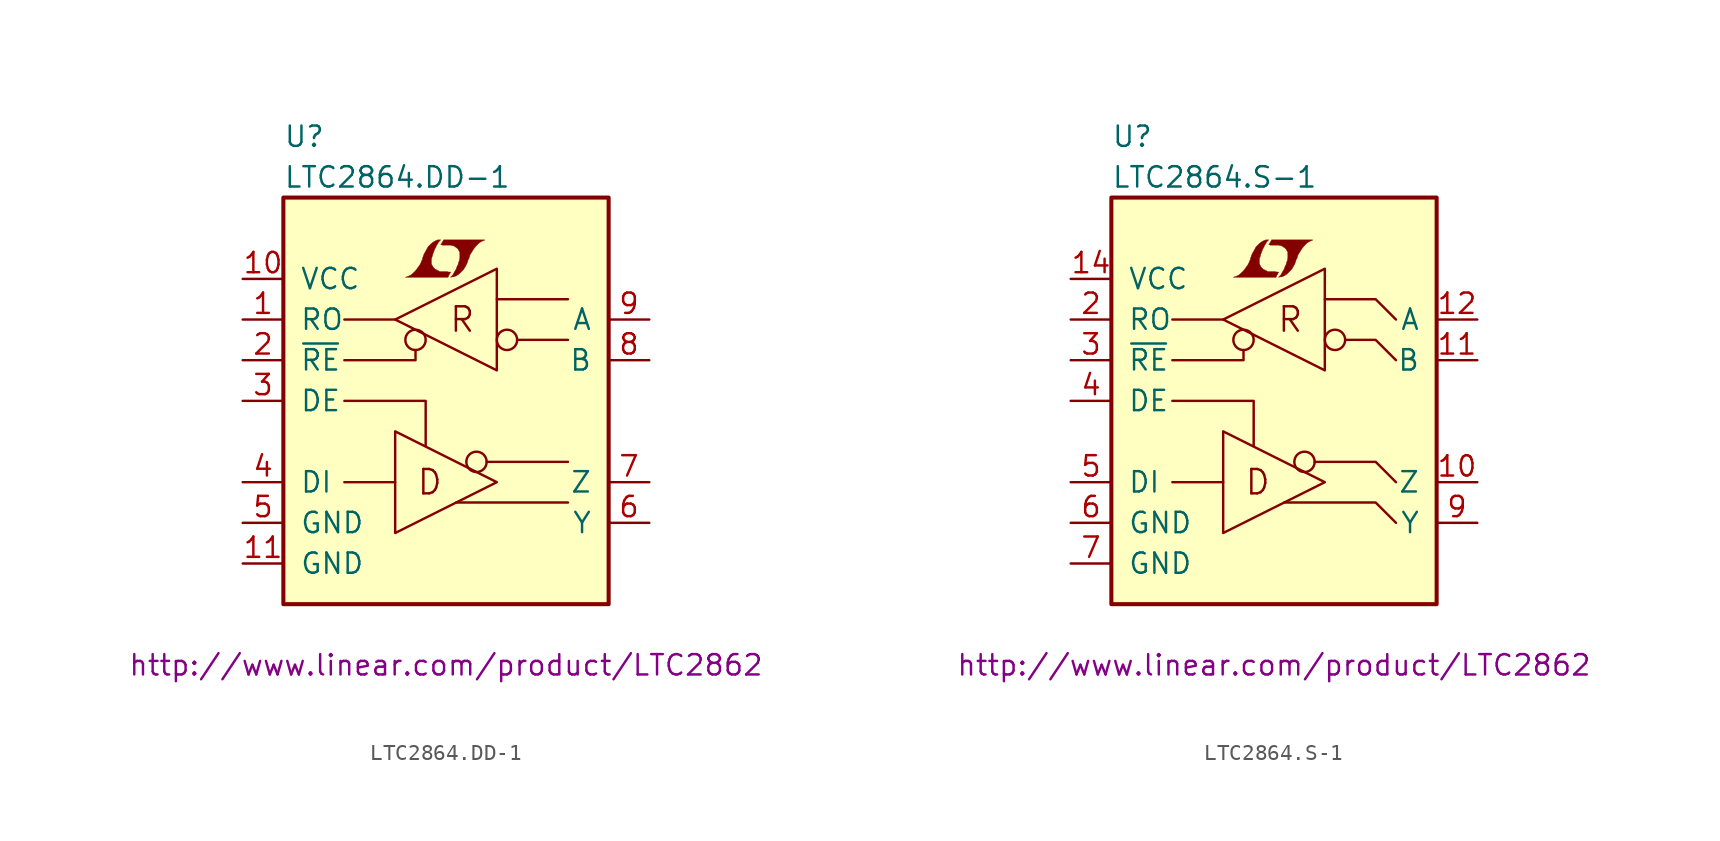
<source format=kicad_sym>
(kicad_symbol_lib
  (version 20201005)
  (generator kicad_symbol_editor)
  (symbol "LTC2864.DD-1"
    (pin_names
      (offset 1.016))
    (property "Reference" "U"
      (at -10.16 16.51 0)
      (effects (font (size 1.27 1.27)) (justify left)))
    (property "Value" "LTC2864.DD-1"
      (at -10.16 13.97 0)
      (effects (font (size 1.27 1.27)) (justify left)))
    (property "Datasheet" "http://www.linear.com/product/LTC2862"
      (at 0 -16.51 0)
      (effects (font (size 1.27 1.27))))
    (symbol "LTC2864.DD-1_0_0"
      (text "D" (at -1.016 -5.08 0) (effects (font (size 1.524 1.524))))
      (text "R" (at 1.016 5.08 0) (effects (font (size 1.524 1.524))))
      (polyline (pts (xy 0.203 7.899) (xy 0.229 7.925) (xy 0.279 8.026) (xy 0.279 8.052) (xy 0.152 8.052) (xy 0.051 8.077) (xy -0.406 8.077) (xy -0.432 8.103) (xy -0.686 8.23) (xy -0.787 8.331) (xy -0.864 8.458) (xy -0.914 8.56) (xy -0.914 8.865) (xy -0.864 9.017) (xy -0.838 9.119) (xy -0.813 9.195) (xy -0.762 9.322) (xy -0.711 9.474) (xy -0.635 9.601) (xy -0.584 9.728) (xy -0.508 9.83) (xy -0.457 9.931) (xy -0.33 10.058) (xy -0.508 10.058) (xy -0.635 10.008) (xy -0.737 9.957) (xy -0.813 9.906) (xy -0.94 9.804) (xy -1.118 9.627) (xy -1.372 9.169) (xy -1.473 8.89) (xy -1.473 8.839) (xy -1.524 8.738) (xy -1.575 8.611) (xy -1.626 8.509) (xy -1.753 8.331) (xy -1.905 8.128) (xy -2.057 7.976) (xy -2.21 7.849) (xy -2.388 7.772) (xy -2.54 7.722) (xy 0.127 7.722) (xy 0.203 7.899)) (stroke (width 0.025)) (fill (type outline)))
      (polyline (pts (xy 0.406 7.747) (xy 0.483 7.747) (xy 0.66 7.823) (xy 0.813 7.925) (xy 1.092 8.204) (xy 1.219 8.407) (xy 1.321 8.611) (xy 1.397 8.865) (xy 1.422 8.865) (xy 1.499 9.119) (xy 1.753 9.525) (xy 1.905 9.703) (xy 2.057 9.855) (xy 2.21 9.957) (xy 2.388 10.033) (xy 2.413 10.033) (xy 2.413 10.058) (xy -0.152 10.058) (xy -0.229 9.906) (xy -0.254 9.881) (xy -0.305 9.779) (xy -0.33 9.754) (xy -0.279 9.754) (xy -0.229 9.728) (xy 0.305 9.728) (xy 0.356 9.703) (xy 0.406 9.703) (xy 0.483 9.677) (xy 0.61 9.601) (xy 0.737 9.5) (xy 0.813 9.373) (xy 0.838 9.322) (xy 0.864 9.296) (xy 0.864 8.89) (xy 0.838 8.839) (xy 0.838 8.763) (xy 0.787 8.661) (xy 0.762 8.534) (xy 0.686 8.382) (xy 0.635 8.23) (xy 0.483 7.976) (xy 0.432 7.874) (xy 0.279 7.722) (xy 0.406 7.747)) (stroke (width 0.025)) (fill (type outline))))
    (symbol "LTC2864.DD-1_0_1"
      (circle (center -1.905 3.81) (radius 0.635) (stroke (width 0)) (fill (type none)))
      (circle (center 1.905 -3.81) (radius 0.635) (stroke (width 0)) (fill (type none)))
      (circle (center 3.81 3.81) (radius 0.635) (stroke (width 0)) (fill (type none)))
      (rectangle (start -10.16 12.7) (end 10.16 -12.7) (stroke (width 0.254)) (fill (type background)))
      (polyline (pts (xy -3.175 -5.08) (xy -6.35 -5.08)) (stroke (width 0)) (fill (type none)))
      (polyline (pts (xy -3.175 5.08) (xy -6.35 5.08)) (stroke (width 0)) (fill (type none)))
      (polyline (pts (xy 2.54 -3.81) (xy 7.62 -3.81)) (stroke (width 0)) (fill (type none)))
      (polyline (pts (xy 4.445 3.81) (xy 7.62 3.81)) (stroke (width 0)) (fill (type none)))
      (polyline (pts (xy 7.62 -6.35) (xy 0.635 -6.35)) (stroke (width 0)) (fill (type none)))
      (polyline (pts (xy 7.62 6.35) (xy 3.175 6.35)) (stroke (width 0)) (fill (type none)))
      (polyline (pts (xy -6.35 0) (xy -1.27 0) (xy -1.27 -2.794)) (stroke (width 0)) (fill (type none)))
      (polyline (pts (xy -1.905 3.175) (xy -1.905 2.54) (xy -6.35 2.54)) (stroke (width 0)) (fill (type none)))
      (polyline (pts (xy -3.175 -1.905) (xy -3.175 -8.255) (xy 3.175 -5.08) (xy -3.175 -1.905)) (stroke (width 0)) (fill (type none)))
      (polyline (pts (xy -3.175 5.08) (xy 3.175 1.905) (xy 3.175 8.255) (xy -3.175 5.08)) (stroke (width 0)) (fill (type none))))
    (symbol "LTC2864.DD-1_1_1"
      (pin tri_state line (at -12.7 5.08 0) (length 2.54) (name "RO" (effects (font (size 1.27 1.27)))) (number "1" (effects (font (size 1.27 1.27)))))
      (pin power_in line (at -12.7 7.62 0) (length 2.54) (name "VCC" (effects (font (size 1.27 1.27)))) (number "10" (effects (font (size 1.27 1.27)))))
      (pin power_in line (at -12.7 -10.16 0) (length 2.54) (name "GND" (effects (font (size 1.27 1.27)))) (number "11" (effects (font (size 1.27 1.27)))))
      (pin input line (at -12.7 2.54 0) (length 2.54) (name "~RE~" (effects (font (size 1.27 1.27)))) (number "2" (effects (font (size 1.27 1.27)))))
      (pin input line (at -12.7 0 0) (length 2.54) (name "DE" (effects (font (size 1.27 1.27)))) (number "3" (effects (font (size 1.27 1.27)))))
      (pin input line (at -12.7 -5.08 0) (length 2.54) (name "DI" (effects (font (size 1.27 1.27)))) (number "4" (effects (font (size 1.27 1.27)))))
      (pin power_in line (at -12.7 -7.62 0) (length 2.54) (name "GND" (effects (font (size 1.27 1.27)))) (number "5" (effects (font (size 1.27 1.27)))))
      (pin passive line (at 12.7 -7.62 180) (length 2.54) (name "Y" (effects (font (size 1.27 1.27)))) (number "6" (effects (font (size 1.27 1.27)))))
      (pin passive line (at 12.7 -5.08 180) (length 2.54) (name "Z" (effects (font (size 1.27 1.27)))) (number "7" (effects (font (size 1.27 1.27)))))
      (pin passive line (at 12.7 2.54 180) (length 2.54) (name "B" (effects (font (size 1.27 1.27)))) (number "8" (effects (font (size 1.27 1.27)))))
      (pin passive line (at 12.7 5.08 180) (length 2.54) (name "A" (effects (font (size 1.27 1.27)))) (number "9" (effects (font (size 1.27 1.27)))))))
  (symbol "LTC2864.S-1"
    (pin_names
      (offset 1.016))
    (property "Reference" "U"
      (at -10.16 16.51 0)
      (effects (font (size 1.27 1.27)) (justify left)))
    (property "Value" "LTC2864.S-1"
      (at -10.16 13.97 0)
      (effects (font (size 1.27 1.27)) (justify left)))
    (property "Datasheet" "http://www.linear.com/product/LTC2862"
      (at 0 -16.51 0)
      (effects (font (size 1.27 1.27))))
    (symbol "LTC2864.S-1_0_0"
      (text "D" (at -1.016 -5.08 0) (effects (font (size 1.524 1.524))))
      (text "R" (at 1.016 5.08 0) (effects (font (size 1.524 1.524))))
      (polyline (pts (xy 0.635 -6.35) (xy 6.35 -6.35) (xy 7.62 -7.62)) (stroke (width 0)) (fill (type none)))
      (polyline (pts (xy 2.54 -3.81) (xy 6.35 -3.81) (xy 7.62 -5.08)) (stroke (width 0)) (fill (type none)))
      (polyline (pts (xy 3.175 6.35) (xy 6.35 6.35) (xy 7.62 5.08)) (stroke (width 0)) (fill (type none)))
      (polyline (pts (xy 4.445 3.81) (xy 6.35 3.81) (xy 7.62 2.54)) (stroke (width 0)) (fill (type none)))
      (polyline (pts (xy 0.203 7.899) (xy 0.229 7.925) (xy 0.279 8.026) (xy 0.279 8.052) (xy 0.152 8.052) (xy 0.051 8.077) (xy -0.406 8.077) (xy -0.432 8.103) (xy -0.686 8.23) (xy -0.787 8.331) (xy -0.864 8.458) (xy -0.914 8.56) (xy -0.914 8.865) (xy -0.864 9.017) (xy -0.838 9.119) (xy -0.813 9.195) (xy -0.762 9.322) (xy -0.711 9.474) (xy -0.635 9.601) (xy -0.584 9.728) (xy -0.508 9.83) (xy -0.457 9.931) (xy -0.33 10.058) (xy -0.508 10.058) (xy -0.635 10.008) (xy -0.737 9.957) (xy -0.813 9.906) (xy -0.94 9.804) (xy -1.118 9.627) (xy -1.372 9.169) (xy -1.473 8.89) (xy -1.473 8.839) (xy -1.524 8.738) (xy -1.575 8.611) (xy -1.626 8.509) (xy -1.753 8.331) (xy -1.905 8.128) (xy -2.057 7.976) (xy -2.21 7.849) (xy -2.388 7.772) (xy -2.54 7.722) (xy 0.127 7.722) (xy 0.203 7.899)) (stroke (width 0.025)) (fill (type outline)))
      (polyline (pts (xy 0.406 7.747) (xy 0.483 7.747) (xy 0.66 7.823) (xy 0.813 7.925) (xy 1.092 8.204) (xy 1.219 8.407) (xy 1.321 8.611) (xy 1.397 8.865) (xy 1.422 8.865) (xy 1.499 9.119) (xy 1.753 9.525) (xy 1.905 9.703) (xy 2.057 9.855) (xy 2.21 9.957) (xy 2.388 10.033) (xy 2.413 10.033) (xy 2.413 10.058) (xy -0.152 10.058) (xy -0.229 9.906) (xy -0.254 9.881) (xy -0.305 9.779) (xy -0.33 9.754) (xy -0.279 9.754) (xy -0.229 9.728) (xy 0.305 9.728) (xy 0.356 9.703) (xy 0.406 9.703) (xy 0.483 9.677) (xy 0.61 9.601) (xy 0.737 9.5) (xy 0.813 9.373) (xy 0.838 9.322) (xy 0.864 9.296) (xy 0.864 8.89) (xy 0.838 8.839) (xy 0.838 8.763) (xy 0.787 8.661) (xy 0.762 8.534) (xy 0.686 8.382) (xy 0.635 8.23) (xy 0.483 7.976) (xy 0.432 7.874) (xy 0.279 7.722) (xy 0.406 7.747)) (stroke (width 0.025)) (fill (type outline))))
    (symbol "LTC2864.S-1_0_1"
      (circle (center -1.905 3.81) (radius 0.635) (stroke (width 0)) (fill (type none)))
      (circle (center 1.905 -3.81) (radius 0.635) (stroke (width 0)) (fill (type none)))
      (circle (center 3.81 3.81) (radius 0.635) (stroke (width 0)) (fill (type none)))
      (rectangle (start -10.16 12.7) (end 10.16 -12.7) (stroke (width 0.254)) (fill (type background)))
      (polyline (pts (xy -3.175 -5.08) (xy -6.35 -5.08)) (stroke (width 0)) (fill (type none)))
      (polyline (pts (xy -3.175 5.08) (xy -6.35 5.08)) (stroke (width 0)) (fill (type none)))
      (polyline (pts (xy -6.35 0) (xy -1.27 0) (xy -1.27 -2.794)) (stroke (width 0)) (fill (type none)))
      (polyline (pts (xy -1.905 3.175) (xy -1.905 2.54) (xy -6.35 2.54)) (stroke (width 0)) (fill (type none)))
      (polyline (pts (xy -3.175 -1.905) (xy -3.175 -8.255) (xy 3.175 -5.08) (xy -3.175 -1.905)) (stroke (width 0)) (fill (type none)))
      (polyline (pts (xy -3.175 5.08) (xy 3.175 1.905) (xy 3.175 8.255) (xy -3.175 5.08)) (stroke (width 0)) (fill (type none))))
    (symbol "LTC2864.S-1_1_1"
      (pin unconnected line (at 12.7 0 180) (length 2.54) hide (name "NC" (effects (font (size 1.27 1.27)))) (number "1" (effects (font (size 1.27 1.27)))))
      (pin passive line (at 12.7 -5.08 180) (length 2.54) (name "Z" (effects (font (size 1.27 1.27)))) (number "10" (effects (font (size 1.27 1.27)))))
      (pin passive line (at 12.7 2.54 180) (length 2.54) (name "B" (effects (font (size 1.27 1.27)))) (number "11" (effects (font (size 1.27 1.27)))))
      (pin passive line (at 12.7 5.08 180) (length 2.54) (name "A" (effects (font (size 1.27 1.27)))) (number "12" (effects (font (size 1.27 1.27)))))
      (pin unconnected line (at 12.7 -2.54 180) (length 2.54) hide (name "NC" (effects (font (size 1.27 1.27)))) (number "13" (effects (font (size 1.27 1.27)))))
      (pin power_in line (at -12.7 7.62 0) (length 2.54) (name "VCC" (effects (font (size 1.27 1.27)))) (number "14" (effects (font (size 1.27 1.27)))))
      (pin tri_state line (at -12.7 5.08 0) (length 2.54) (name "RO" (effects (font (size 1.27 1.27)))) (number "2" (effects (font (size 1.27 1.27)))))
      (pin input line (at -12.7 2.54 0) (length 2.54) (name "~RE~" (effects (font (size 1.27 1.27)))) (number "3" (effects (font (size 1.27 1.27)))))
      (pin input line (at -12.7 0 0) (length 2.54) (name "DE" (effects (font (size 1.27 1.27)))) (number "4" (effects (font (size 1.27 1.27)))))
      (pin input line (at -12.7 -5.08 0) (length 2.54) (name "DI" (effects (font (size 1.27 1.27)))) (number "5" (effects (font (size 1.27 1.27)))))
      (pin power_in line (at -12.7 -7.62 0) (length 2.54) (name "GND" (effects (font (size 1.27 1.27)))) (number "6" (effects (font (size 1.27 1.27)))))
      (pin power_in line (at -12.7 -10.16 0) (length 2.54) (name "GND" (effects (font (size 1.27 1.27)))) (number "7" (effects (font (size 1.27 1.27)))))
      (pin unconnected line (at 12.7 -10.16 180) (length 2.54) hide (name "NC" (effects (font (size 1.27 1.27)))) (number "8" (effects (font (size 1.27 1.27)))))
      (pin passive line (at 12.7 -7.62 180) (length 2.54) (name "Y" (effects (font (size 1.27 1.27)))) (number "9" (effects (font (size 1.27 1.27))))))))
</source>
